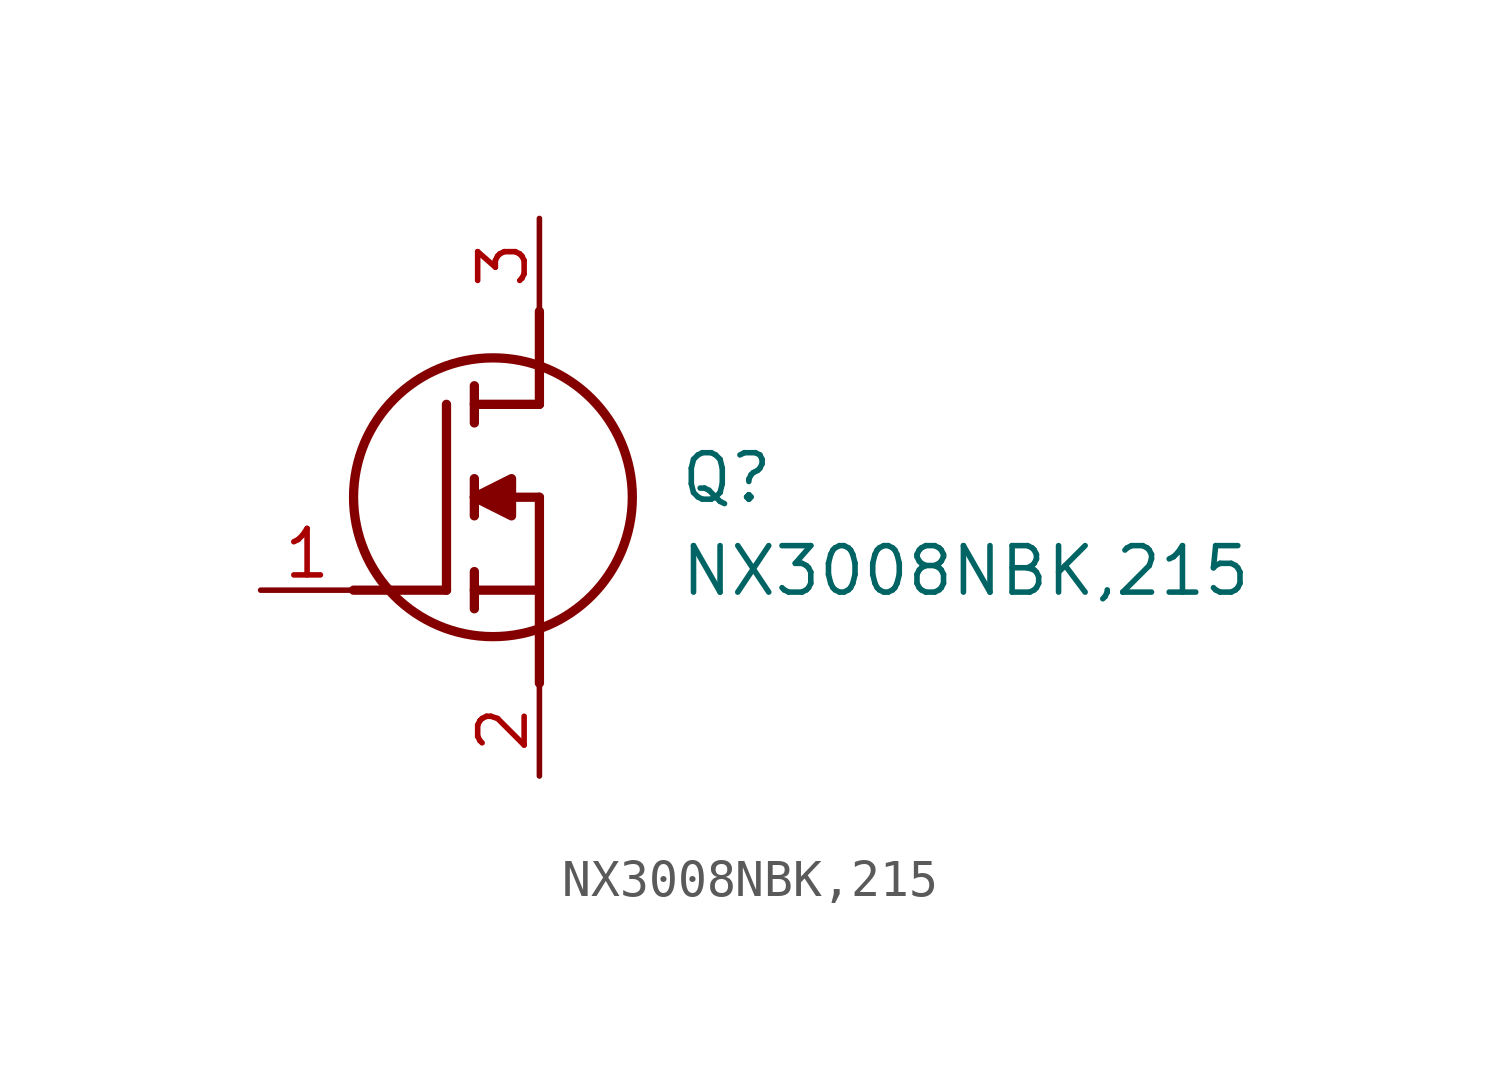
<source format=kicad_sym>
(kicad_symbol_lib
  (version 20211014)
  (generator SamacSys_ECAD_Model)
  (symbol "NX3008NBK,215"
    (pin_names hide)
    (property "Reference" "Q"
      (at 11.43 3.81 0)
      (effects (font (size 1.27 1.27)) (justify left top)))
    (property "Value" "NX3008NBK,215"
      (at 11.43 1.27 0)
      (effects (font (size 1.27 1.27)) (justify left top)))
    (polyline
      (pts (xy 7.62 2.54) (xy 7.62 -2.54))
      (stroke (width 0.254) (type default))
      (fill (type none)))
    (polyline
      (pts (xy 7.62 5.08) (xy 7.62 7.62))
      (stroke (width 0.254) (type default))
      (fill (type none)))
    (polyline
      (pts (xy 2.54 0) (xy 5.08 0))
      (stroke (width 0.254) (type default))
      (fill (type none)))
    (polyline
      (pts (xy 5.08 5.08) (xy 5.08 0))
      (stroke (width 0.254) (type default))
      (fill (type none)))
    (polyline
      (pts (xy 7.62 2.54) (xy 5.842 2.54))
      (stroke (width 0.254) (type default))
      (fill (type none)))
    (polyline
      (pts (xy 7.62 5.08) (xy 5.842 5.08))
      (stroke (width 0.254) (type default))
      (fill (type none)))
    (polyline
      (pts (xy 5.842 0) (xy 7.62 0))
      (stroke (width 0.254) (type default))
      (fill (type none)))
    (polyline
      (pts (xy 5.842 5.588) (xy 5.842 4.572))
      (stroke (width 0.254) (type default))
      (fill (type none)))
    (polyline
      (pts (xy 5.842 -0.508) (xy 5.842 0.508))
      (stroke (width 0.254) (type default))
      (fill (type none)))
    (polyline
      (pts (xy 5.842 2.032) (xy 5.842 3.048))
      (stroke (width 0.254) (type default))
      (fill (type none)))
    (circle
      (center 6.35 2.54)
      (radius 3.81)
      (stroke (width 0.254) (type default))
      (fill (type none)))
    (polyline
      (pts (xy 5.842 2.54) (xy 6.858 3.048) (xy 6.858 2.032) (xy 5.842 2.54))
      (stroke (width 0.254) (type default))
      (fill (type outline)))
    (pin passive line
      (at 0 0 0)
      (length 2.54)
      (name "G" (effects (font (size 1.27 1.27))))
      (number "1" (effects (font (size 1.27 1.27)))))
    (pin passive line
      (at 7.62 10.16 270)
      (length 2.54)
      (name "D" (effects (font (size 1.27 1.27))))
      (number "3" (effects (font (size 1.27 1.27)))))
    (pin passive line
      (at 7.62 -5.08 90)
      (length 2.54)
      (name "S" (effects (font (size 1.27 1.27))))
      (number "2" (effects (font (size 1.27 1.27)))))))
</source>
